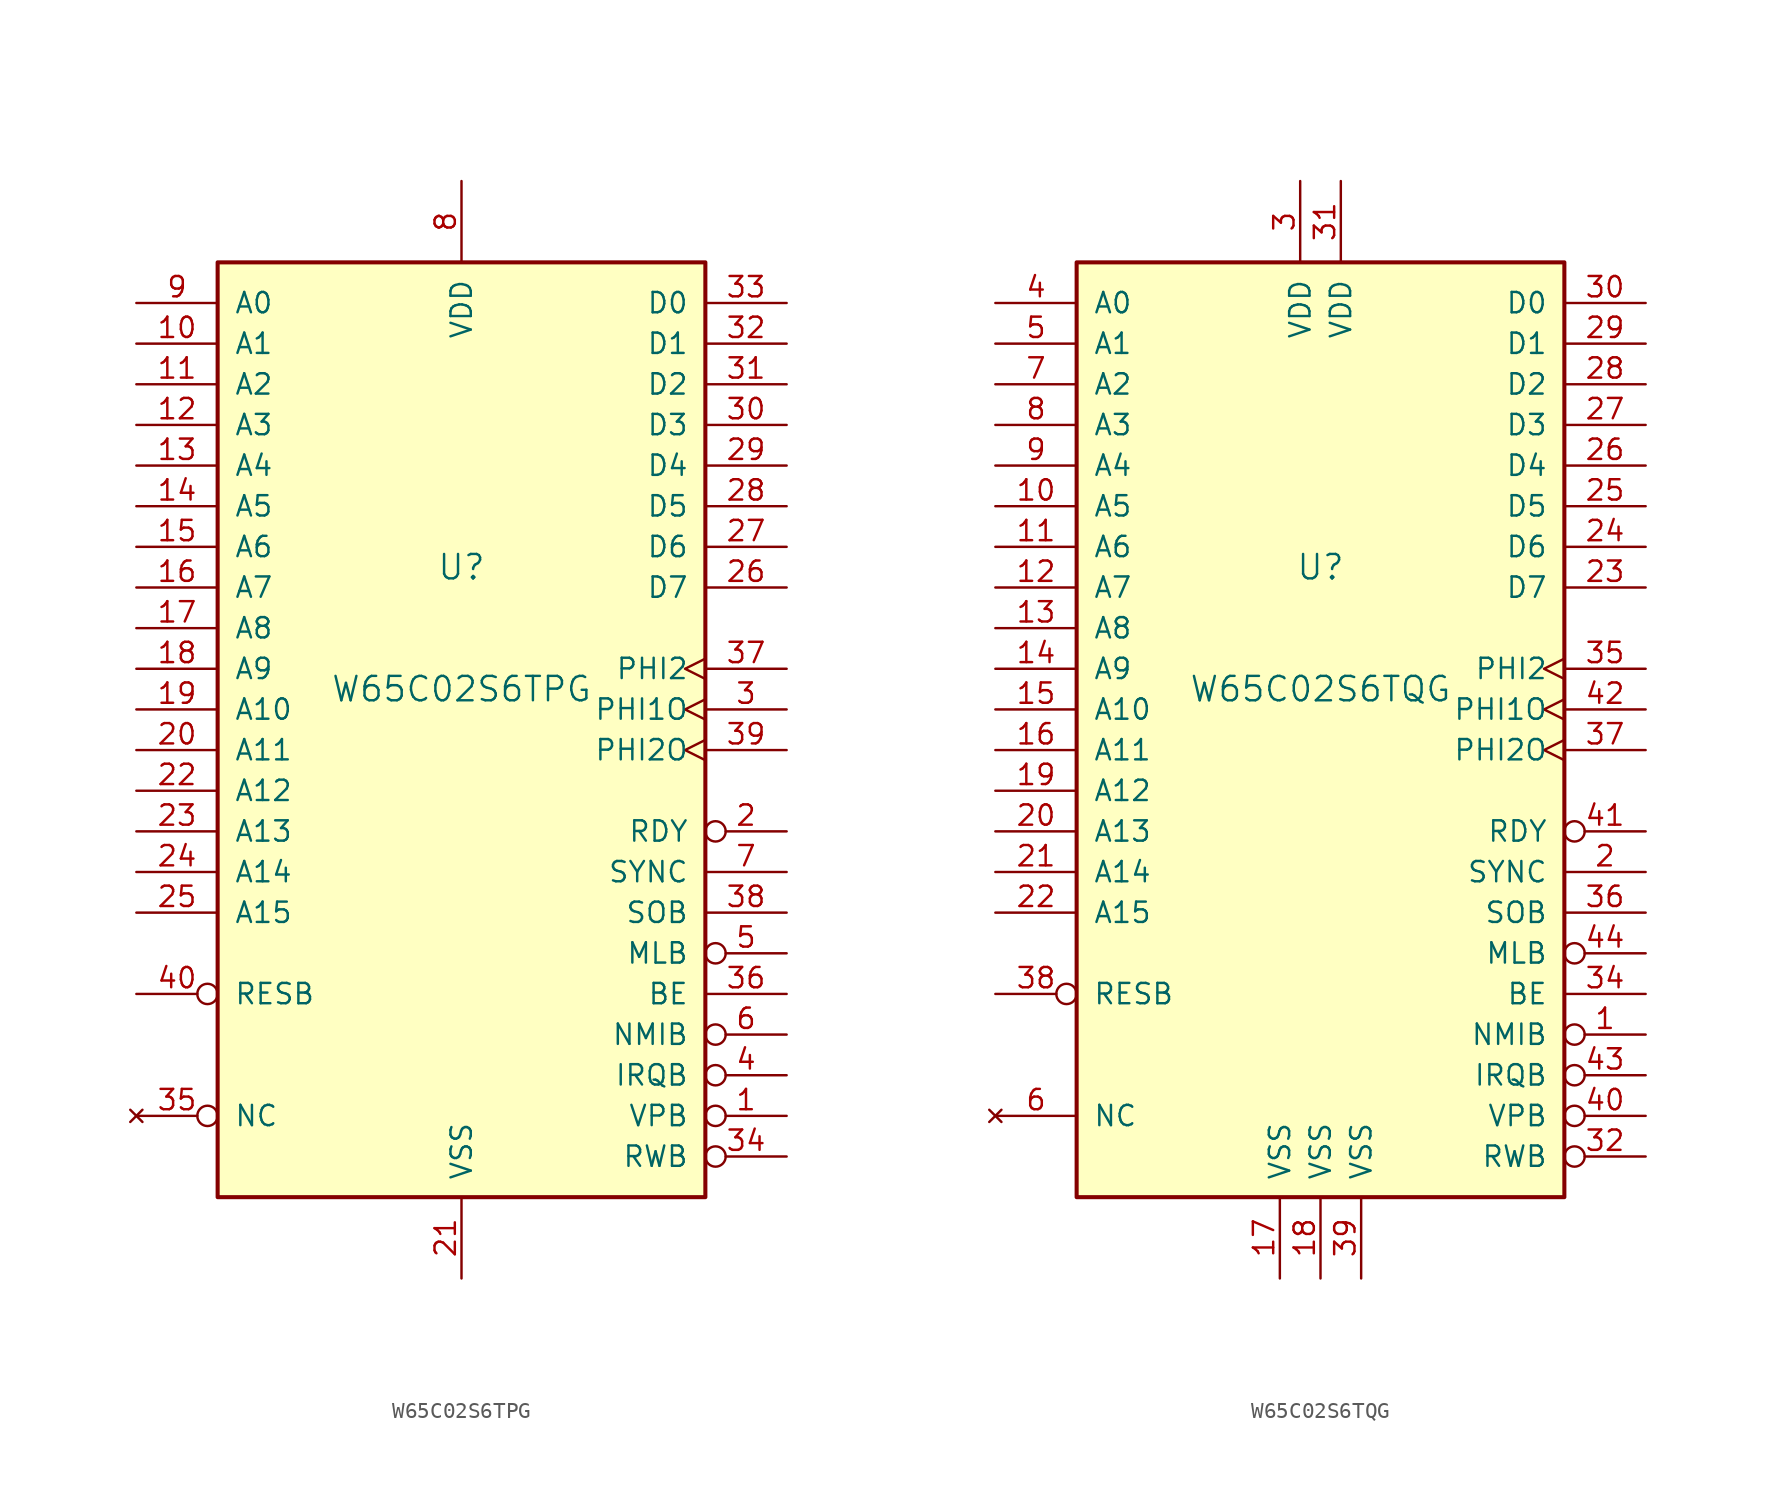
<source format=kicad_sym>
(kicad_symbol_lib
  (version 20211014)
  (generator kicad_symbol_editor)
  (symbol "W65C02S6TPG"
    (pin_names
      (offset 1.016))
    (property "Reference" "U"
      (at 0 3.81 0)
      (effects (font (size 1.524 1.524))))
    (property "Value" "W65C02S6TPG"
      (at 0 -3.81 0)
      (effects (font (size 1.524 1.524))))
    (property "Datasheet" ""
      (at 0 0 0)
      (effects (font (size 1.524 1.524))))
    (symbol "W65C02S6TPG_0_1"
      (rectangle (start -15.24 22.86) (end 15.24 -35.56) (stroke (width 0.254) (type default) (color 0 0 0 0)) (fill (type background))))
    (symbol "W65C02S6TPG_1_1"
      (pin bidirectional inverted (at 20.32 -30.48 180) (length 5.08) (name "VPB" (effects (font (size 1.27 1.27)))) (number "1" (effects (font (size 1.27 1.27)))))
      (pin output line (at -20.32 17.78 0) (length 5.08) (name "A1" (effects (font (size 1.27 1.27)))) (number "10" (effects (font (size 1.27 1.27)))))
      (pin output line (at -20.32 15.24 0) (length 5.08) (name "A2" (effects (font (size 1.27 1.27)))) (number "11" (effects (font (size 1.27 1.27)))))
      (pin output line (at -20.32 12.7 0) (length 5.08) (name "A3" (effects (font (size 1.27 1.27)))) (number "12" (effects (font (size 1.27 1.27)))))
      (pin output line (at -20.32 10.16 0) (length 5.08) (name "A4" (effects (font (size 1.27 1.27)))) (number "13" (effects (font (size 1.27 1.27)))))
      (pin output line (at -20.32 7.62 0) (length 5.08) (name "A5" (effects (font (size 1.27 1.27)))) (number "14" (effects (font (size 1.27 1.27)))))
      (pin output line (at -20.32 5.08 0) (length 5.08) (name "A6" (effects (font (size 1.27 1.27)))) (number "15" (effects (font (size 1.27 1.27)))))
      (pin output line (at -20.32 2.54 0) (length 5.08) (name "A7" (effects (font (size 1.27 1.27)))) (number "16" (effects (font (size 1.27 1.27)))))
      (pin output line (at -20.32 0 0) (length 5.08) (name "A8" (effects (font (size 1.27 1.27)))) (number "17" (effects (font (size 1.27 1.27)))))
      (pin output line (at -20.32 -2.54 0) (length 5.08) (name "A9" (effects (font (size 1.27 1.27)))) (number "18" (effects (font (size 1.27 1.27)))))
      (pin output line (at -20.32 -5.08 0) (length 5.08) (name "A10" (effects (font (size 1.27 1.27)))) (number "19" (effects (font (size 1.27 1.27)))))
      (pin bidirectional inverted (at 20.32 -12.7 180) (length 5.08) (name "RDY" (effects (font (size 1.27 1.27)))) (number "2" (effects (font (size 1.27 1.27)))))
      (pin output line (at -20.32 -7.62 0) (length 5.08) (name "A11" (effects (font (size 1.27 1.27)))) (number "20" (effects (font (size 1.27 1.27)))))
      (pin power_in line (at 0 -40.64 90) (length 5.08) (name "VSS" (effects (font (size 1.27 1.27)))) (number "21" (effects (font (size 1.27 1.27)))))
      (pin output line (at -20.32 -10.16 0) (length 5.08) (name "A12" (effects (font (size 1.27 1.27)))) (number "22" (effects (font (size 1.27 1.27)))))
      (pin output line (at -20.32 -12.7 0) (length 5.08) (name "A13" (effects (font (size 1.27 1.27)))) (number "23" (effects (font (size 1.27 1.27)))))
      (pin output line (at -20.32 -15.24 0) (length 5.08) (name "A14" (effects (font (size 1.27 1.27)))) (number "24" (effects (font (size 1.27 1.27)))))
      (pin output line (at -20.32 -17.78 0) (length 5.08) (name "A15" (effects (font (size 1.27 1.27)))) (number "25" (effects (font (size 1.27 1.27)))))
      (pin tri_state line (at 20.32 2.54 180) (length 5.08) (name "D7" (effects (font (size 1.27 1.27)))) (number "26" (effects (font (size 1.27 1.27)))))
      (pin tri_state line (at 20.32 5.08 180) (length 5.08) (name "D6" (effects (font (size 1.27 1.27)))) (number "27" (effects (font (size 1.27 1.27)))))
      (pin tri_state line (at 20.32 7.62 180) (length 5.08) (name "D5" (effects (font (size 1.27 1.27)))) (number "28" (effects (font (size 1.27 1.27)))))
      (pin tri_state line (at 20.32 10.16 180) (length 5.08) (name "D4" (effects (font (size 1.27 1.27)))) (number "29" (effects (font (size 1.27 1.27)))))
      (pin output clock (at 20.32 -5.08 180) (length 5.08) (name "PHI1O" (effects (font (size 1.27 1.27)))) (number "3" (effects (font (size 1.27 1.27)))))
      (pin tri_state line (at 20.32 12.7 180) (length 5.08) (name "D3" (effects (font (size 1.27 1.27)))) (number "30" (effects (font (size 1.27 1.27)))))
      (pin tri_state line (at 20.32 15.24 180) (length 5.08) (name "D2" (effects (font (size 1.27 1.27)))) (number "31" (effects (font (size 1.27 1.27)))))
      (pin tri_state line (at 20.32 17.78 180) (length 5.08) (name "D1" (effects (font (size 1.27 1.27)))) (number "32" (effects (font (size 1.27 1.27)))))
      (pin tri_state line (at 20.32 20.32 180) (length 5.08) (name "D0" (effects (font (size 1.27 1.27)))) (number "33" (effects (font (size 1.27 1.27)))))
      (pin output inverted (at 20.32 -33.02 180) (length 5.08) (name "RWB" (effects (font (size 1.27 1.27)))) (number "34" (effects (font (size 1.27 1.27)))))
      (pin no_connect inverted (at -20.32 -30.48 0) (length 5.08) (name "NC" (effects (font (size 1.27 1.27)))) (number "35" (effects (font (size 1.27 1.27)))))
      (pin input line (at 20.32 -22.86 180) (length 5.08) (name "BE" (effects (font (size 1.27 1.27)))) (number "36" (effects (font (size 1.27 1.27)))))
      (pin input clock (at 20.32 -2.54 180) (length 5.08) (name "PHI2" (effects (font (size 1.27 1.27)))) (number "37" (effects (font (size 1.27 1.27)))))
      (pin input line (at 20.32 -17.78 180) (length 5.08) (name "SOB" (effects (font (size 1.27 1.27)))) (number "38" (effects (font (size 1.27 1.27)))))
      (pin output clock (at 20.32 -7.62 180) (length 5.08) (name "PHI2O" (effects (font (size 1.27 1.27)))) (number "39" (effects (font (size 1.27 1.27)))))
      (pin input inverted (at 20.32 -27.94 180) (length 5.08) (name "IRQB" (effects (font (size 1.27 1.27)))) (number "4" (effects (font (size 1.27 1.27)))))
      (pin input inverted (at -20.32 -22.86 0) (length 5.08) (name "RESB" (effects (font (size 1.27 1.27)))) (number "40" (effects (font (size 1.27 1.27)))))
      (pin output inverted (at 20.32 -20.32 180) (length 5.08) (name "MLB" (effects (font (size 1.27 1.27)))) (number "5" (effects (font (size 1.27 1.27)))))
      (pin input inverted (at 20.32 -25.4 180) (length 5.08) (name "NMIB" (effects (font (size 1.27 1.27)))) (number "6" (effects (font (size 1.27 1.27)))))
      (pin output line (at 20.32 -15.24 180) (length 5.08) (name "SYNC" (effects (font (size 1.27 1.27)))) (number "7" (effects (font (size 1.27 1.27)))))
      (pin power_in line (at 0 27.94 270) (length 5.08) (name "VDD" (effects (font (size 1.27 1.27)))) (number "8" (effects (font (size 1.27 1.27)))))
      (pin output line (at -20.32 20.32 0) (length 5.08) (name "A0" (effects (font (size 1.27 1.27)))) (number "9" (effects (font (size 1.27 1.27)))))))
  (symbol "W65C02S6TQG"
    (pin_names
      (offset 1.016))
    (property "Reference" "U"
      (at 0 3.81 0)
      (effects (font (size 1.524 1.524))))
    (property "Value" "W65C02S6TQG"
      (at 0 -3.81 0)
      (effects (font (size 1.524 1.524))))
    (property "Datasheet" ""
      (at 0 0 0)
      (effects (font (size 1.524 1.524))))
    (symbol "W65C02S6TQG_0_1"
      (rectangle (start -15.24 22.86) (end 15.24 -35.56) (stroke (width 0.254) (type default) (color 0 0 0 0)) (fill (type background))))
    (symbol "W65C02S6TQG_1_1"
      (pin input inverted (at 20.32 -25.4 180) (length 5.08) (name "NMIB" (effects (font (size 1.27 1.27)))) (number "1" (effects (font (size 1.27 1.27)))))
      (pin output line (at -20.32 7.62 0) (length 5.08) (name "A5" (effects (font (size 1.27 1.27)))) (number "10" (effects (font (size 1.27 1.27)))))
      (pin output line (at -20.32 5.08 0) (length 5.08) (name "A6" (effects (font (size 1.27 1.27)))) (number "11" (effects (font (size 1.27 1.27)))))
      (pin output line (at -20.32 2.54 0) (length 5.08) (name "A7" (effects (font (size 1.27 1.27)))) (number "12" (effects (font (size 1.27 1.27)))))
      (pin output line (at -20.32 0 0) (length 5.08) (name "A8" (effects (font (size 1.27 1.27)))) (number "13" (effects (font (size 1.27 1.27)))))
      (pin output line (at -20.32 -2.54 0) (length 5.08) (name "A9" (effects (font (size 1.27 1.27)))) (number "14" (effects (font (size 1.27 1.27)))))
      (pin output line (at -20.32 -5.08 0) (length 5.08) (name "A10" (effects (font (size 1.27 1.27)))) (number "15" (effects (font (size 1.27 1.27)))))
      (pin output line (at -20.32 -7.62 0) (length 5.08) (name "A11" (effects (font (size 1.27 1.27)))) (number "16" (effects (font (size 1.27 1.27)))))
      (pin power_in line (at -2.54 -40.64 90) (length 5.08) (name "VSS" (effects (font (size 1.27 1.27)))) (number "17" (effects (font (size 1.27 1.27)))))
      (pin power_in line (at 0 -40.64 90) (length 5.08) (name "VSS" (effects (font (size 1.27 1.27)))) (number "18" (effects (font (size 1.27 1.27)))))
      (pin output line (at -20.32 -10.16 0) (length 5.08) (name "A12" (effects (font (size 1.27 1.27)))) (number "19" (effects (font (size 1.27 1.27)))))
      (pin output line (at 20.32 -15.24 180) (length 5.08) (name "SYNC" (effects (font (size 1.27 1.27)))) (number "2" (effects (font (size 1.27 1.27)))))
      (pin output line (at -20.32 -12.7 0) (length 5.08) (name "A13" (effects (font (size 1.27 1.27)))) (number "20" (effects (font (size 1.27 1.27)))))
      (pin output line (at -20.32 -15.24 0) (length 5.08) (name "A14" (effects (font (size 1.27 1.27)))) (number "21" (effects (font (size 1.27 1.27)))))
      (pin output line (at -20.32 -17.78 0) (length 5.08) (name "A15" (effects (font (size 1.27 1.27)))) (number "22" (effects (font (size 1.27 1.27)))))
      (pin tri_state line (at 20.32 2.54 180) (length 5.08) (name "D7" (effects (font (size 1.27 1.27)))) (number "23" (effects (font (size 1.27 1.27)))))
      (pin tri_state line (at 20.32 5.08 180) (length 5.08) (name "D6" (effects (font (size 1.27 1.27)))) (number "24" (effects (font (size 1.27 1.27)))))
      (pin tri_state line (at 20.32 7.62 180) (length 5.08) (name "D5" (effects (font (size 1.27 1.27)))) (number "25" (effects (font (size 1.27 1.27)))))
      (pin tri_state line (at 20.32 10.16 180) (length 5.08) (name "D4" (effects (font (size 1.27 1.27)))) (number "26" (effects (font (size 1.27 1.27)))))
      (pin tri_state line (at 20.32 12.7 180) (length 5.08) (name "D3" (effects (font (size 1.27 1.27)))) (number "27" (effects (font (size 1.27 1.27)))))
      (pin tri_state line (at 20.32 15.24 180) (length 5.08) (name "D2" (effects (font (size 1.27 1.27)))) (number "28" (effects (font (size 1.27 1.27)))))
      (pin tri_state line (at 20.32 17.78 180) (length 5.08) (name "D1" (effects (font (size 1.27 1.27)))) (number "29" (effects (font (size 1.27 1.27)))))
      (pin power_in line (at -1.27 27.94 270) (length 5.08) (name "VDD" (effects (font (size 1.27 1.27)))) (number "3" (effects (font (size 1.27 1.27)))))
      (pin tri_state line (at 20.32 20.32 180) (length 5.08) (name "D0" (effects (font (size 1.27 1.27)))) (number "30" (effects (font (size 1.27 1.27)))))
      (pin output line (at 1.27 27.94 270) (length 5.08) (name "VDD" (effects (font (size 1.27 1.27)))) (number "31" (effects (font (size 1.27 1.27)))))
      (pin output inverted (at 20.32 -33.02 180) (length 5.08) (name "RWB" (effects (font (size 1.27 1.27)))) (number "32" (effects (font (size 1.27 1.27)))))
      (pin input line (at 20.32 -22.86 180) (length 5.08) (name "BE" (effects (font (size 1.27 1.27)))) (number "34" (effects (font (size 1.27 1.27)))))
      (pin input clock (at 20.32 -2.54 180) (length 5.08) (name "PHI2" (effects (font (size 1.27 1.27)))) (number "35" (effects (font (size 1.27 1.27)))))
      (pin input line (at 20.32 -17.78 180) (length 5.08) (name "SOB" (effects (font (size 1.27 1.27)))) (number "36" (effects (font (size 1.27 1.27)))))
      (pin output clock (at 20.32 -7.62 180) (length 5.08) (name "PHI2O" (effects (font (size 1.27 1.27)))) (number "37" (effects (font (size 1.27 1.27)))))
      (pin input inverted (at -20.32 -22.86 0) (length 5.08) (name "RESB" (effects (font (size 1.27 1.27)))) (number "38" (effects (font (size 1.27 1.27)))))
      (pin power_in line (at 2.54 -40.64 90) (length 5.08) (name "VSS" (effects (font (size 1.27 1.27)))) (number "39" (effects (font (size 1.27 1.27)))))
      (pin output line (at -20.32 20.32 0) (length 5.08) (name "A0" (effects (font (size 1.27 1.27)))) (number "4" (effects (font (size 1.27 1.27)))))
      (pin bidirectional inverted (at 20.32 -30.48 180) (length 5.08) (name "VPB" (effects (font (size 1.27 1.27)))) (number "40" (effects (font (size 1.27 1.27)))))
      (pin bidirectional inverted (at 20.32 -12.7 180) (length 5.08) (name "RDY" (effects (font (size 1.27 1.27)))) (number "41" (effects (font (size 1.27 1.27)))))
      (pin output clock (at 20.32 -5.08 180) (length 5.08) (name "PHI1O" (effects (font (size 1.27 1.27)))) (number "42" (effects (font (size 1.27 1.27)))))
      (pin input inverted (at 20.32 -27.94 180) (length 5.08) (name "IRQB" (effects (font (size 1.27 1.27)))) (number "43" (effects (font (size 1.27 1.27)))))
      (pin output inverted (at 20.32 -20.32 180) (length 5.08) (name "MLB" (effects (font (size 1.27 1.27)))) (number "44" (effects (font (size 1.27 1.27)))))
      (pin output line (at -20.32 17.78 0) (length 5.08) (name "A1" (effects (font (size 1.27 1.27)))) (number "5" (effects (font (size 1.27 1.27)))))
      (pin no_connect line (at -20.32 -30.48 0) (length 5.08) (name "NC" (effects (font (size 1.27 1.27)))) (number "6" (effects (font (size 1.27 1.27)))))
      (pin output line (at -20.32 15.24 0) (length 5.08) (name "A2" (effects (font (size 1.27 1.27)))) (number "7" (effects (font (size 1.27 1.27)))))
      (pin output line (at -20.32 12.7 0) (length 5.08) (name "A3" (effects (font (size 1.27 1.27)))) (number "8" (effects (font (size 1.27 1.27)))))
      (pin output line (at -20.32 10.16 0) (length 5.08) (name "A4" (effects (font (size 1.27 1.27)))) (number "9" (effects (font (size 1.27 1.27))))))))
</source>
